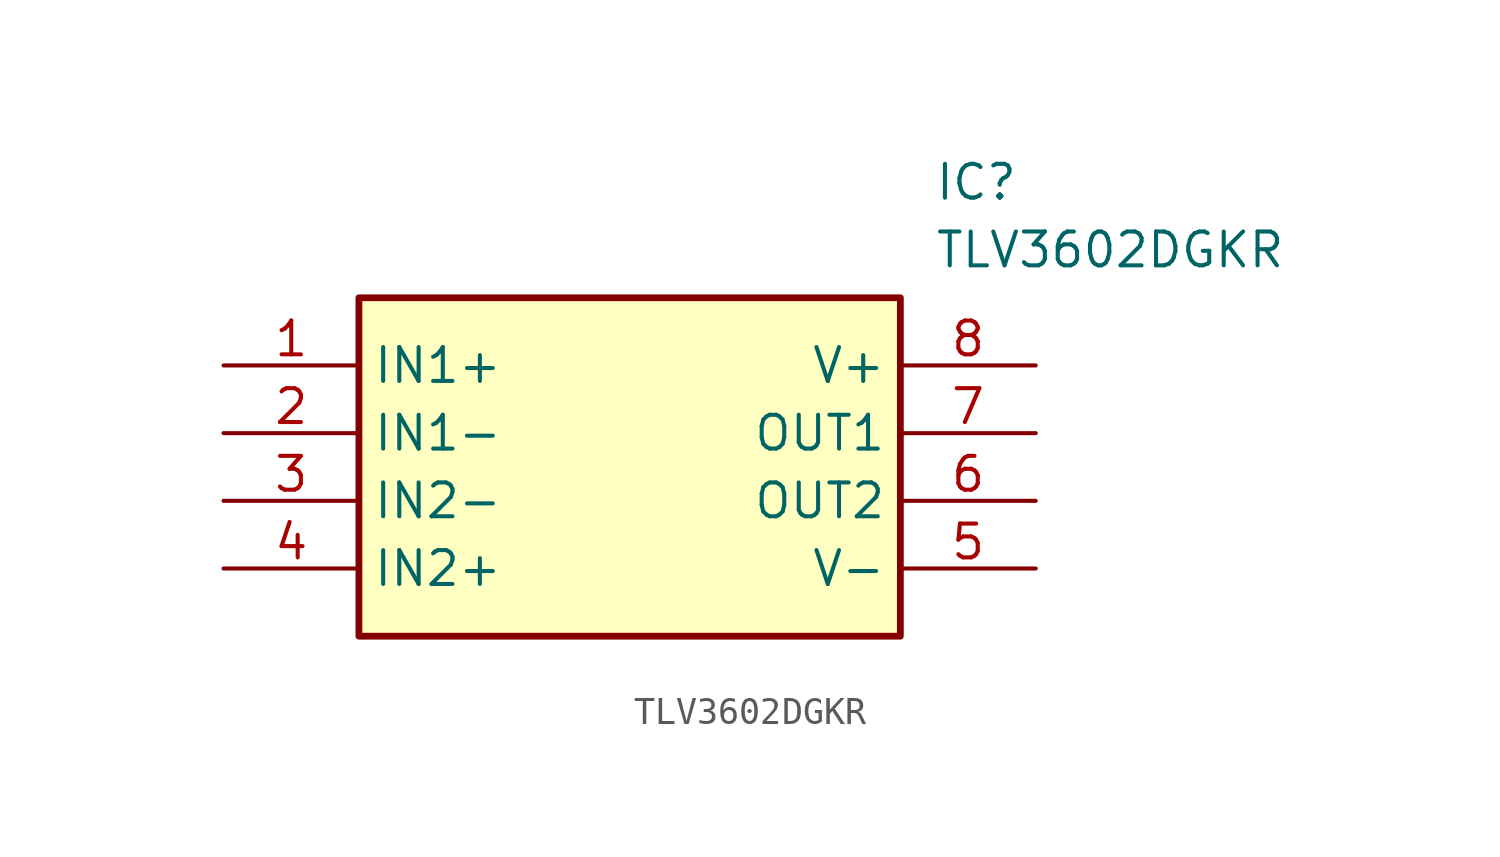
<source format=kicad_sym>
(kicad_symbol_lib
  (version 20211014)
  (generator SamacSys_ECAD_Model)
  (symbol "TLV3602DGKR"
    (property "Reference" "IC"
      (at 26.67 7.62 0)
      (effects (font (size 1.27 1.27)) (justify left top)))
    (property "Value" "TLV3602DGKR"
      (at 26.67 5.08 0)
      (effects (font (size 1.27 1.27)) (justify left top)))
    (rectangle
      (start 5.08 2.54)
      (end 25.4 -10.16)
      (stroke (width 0.254) (type default))
      (fill (type background)))
    (pin passive line
      (at 0 0 0)
      (length 5.08)
      (name "IN1+" (effects (font (size 1.27 1.27))))
      (number "1" (effects (font (size 1.27 1.27)))))
    (pin passive line
      (at 0 -2.54 0)
      (length 5.08)
      (name "IN1-" (effects (font (size 1.27 1.27))))
      (number "2" (effects (font (size 1.27 1.27)))))
    (pin passive line
      (at 0 -5.08 0)
      (length 5.08)
      (name "IN2-" (effects (font (size 1.27 1.27))))
      (number "3" (effects (font (size 1.27 1.27)))))
    (pin passive line
      (at 0 -7.62 0)
      (length 5.08)
      (name "IN2+" (effects (font (size 1.27 1.27))))
      (number "4" (effects (font (size 1.27 1.27)))))
    (pin passive line
      (at 30.48 0 180)
      (length 5.08)
      (name "V+" (effects (font (size 1.27 1.27))))
      (number "8" (effects (font (size 1.27 1.27)))))
    (pin passive line
      (at 30.48 -2.54 180)
      (length 5.08)
      (name "OUT1" (effects (font (size 1.27 1.27))))
      (number "7" (effects (font (size 1.27 1.27)))))
    (pin passive line
      (at 30.48 -5.08 180)
      (length 5.08)
      (name "OUT2" (effects (font (size 1.27 1.27))))
      (number "6" (effects (font (size 1.27 1.27)))))
    (pin passive line
      (at 30.48 -7.62 180)
      (length 5.08)
      (name "V-" (effects (font (size 1.27 1.27))))
      (number "5" (effects (font (size 1.27 1.27)))))))
</source>
